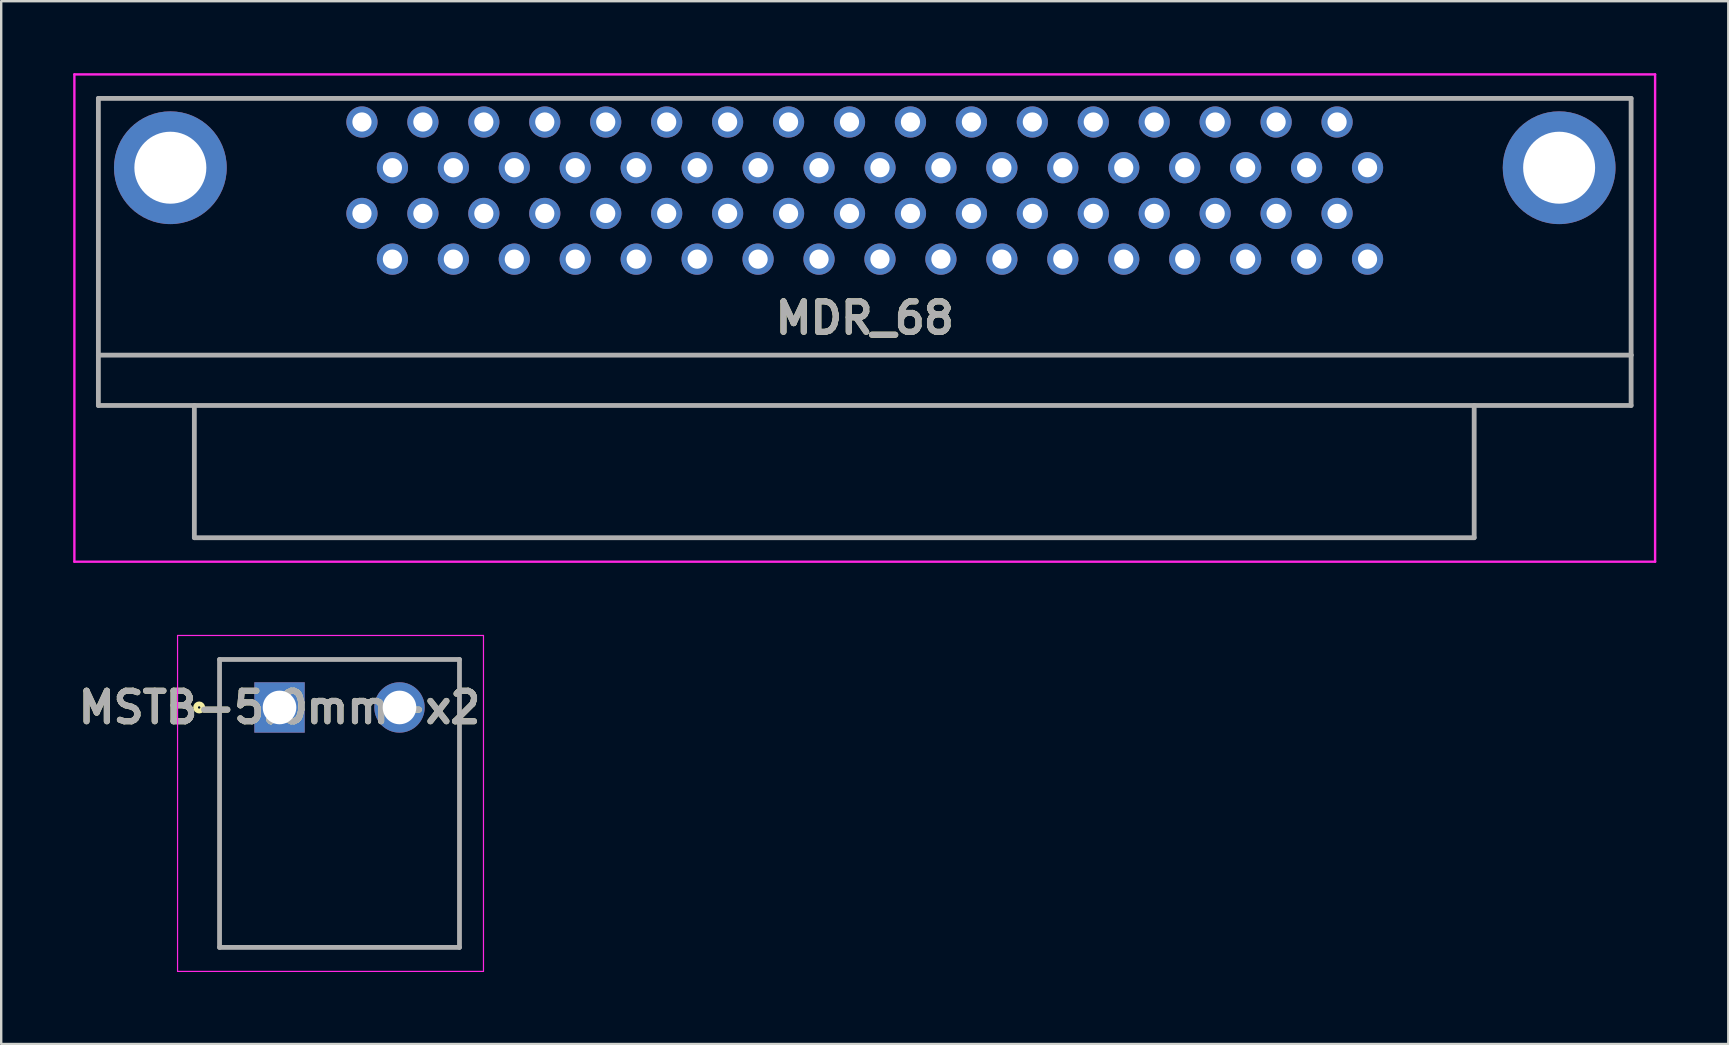
<source format=kicad_pcb>
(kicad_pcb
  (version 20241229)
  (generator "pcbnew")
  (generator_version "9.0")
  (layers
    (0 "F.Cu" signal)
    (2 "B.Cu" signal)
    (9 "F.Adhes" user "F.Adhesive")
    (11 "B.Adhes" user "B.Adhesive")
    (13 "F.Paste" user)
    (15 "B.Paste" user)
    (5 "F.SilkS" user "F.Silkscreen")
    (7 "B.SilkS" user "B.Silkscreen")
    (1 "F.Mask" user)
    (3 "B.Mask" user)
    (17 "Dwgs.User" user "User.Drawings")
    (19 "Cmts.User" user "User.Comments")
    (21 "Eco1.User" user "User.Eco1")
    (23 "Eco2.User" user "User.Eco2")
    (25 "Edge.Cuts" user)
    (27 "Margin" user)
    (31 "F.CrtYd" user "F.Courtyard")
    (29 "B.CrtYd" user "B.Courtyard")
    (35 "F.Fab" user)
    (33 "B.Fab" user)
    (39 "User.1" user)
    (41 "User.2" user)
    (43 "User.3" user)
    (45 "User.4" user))
  (footprint "MSTB-5.0mm-x2"
    (layer "F.Cu")
    (at 8.6 26.435)
    (property "Reference" "MSTB-5.0mm-x2" (at 0 0 0) (layer "F.SilkS") (effects (font (size 1.27 1.27) (thickness 0.254))))
    (attr through_hole)
    (fp_line (start -2.5 -2) (end 7.5 -2) (stroke (width 0.1) (type solid)) (layer "F.SilkS"))
    (fp_line (start -2.5 10) (end -2.5 -2) (stroke (width 0.1) (type solid)) (layer "F.SilkS"))
    (fp_line (start 7.5 -2) (end 7.5 10) (stroke (width 0.1) (type solid)) (layer "F.SilkS"))
    (fp_line (start 7.5 10) (end -2.5 10) (stroke (width 0.1) (type solid)) (layer "F.SilkS"))
    (fp_circle (center -3.35 0) (end -3.35 0.05) (stroke (width 0.2) (type solid)) (fill no) (layer "F.SilkS"))
    (fp_line (start -4.25 -3) (end 8.5 -3) (stroke (width 0.05) (type solid)) (layer "F.CrtYd"))
    (fp_line (start -4.25 11) (end -4.25 -3) (stroke (width 0.05) (type solid)) (layer "F.CrtYd"))
    (fp_line (start 8.5 -3) (end 8.5 11) (stroke (width 0.05) (type solid)) (layer "F.CrtYd"))
    (fp_line (start 8.5 11) (end -4.25 11) (stroke (width 0.05) (type solid)) (layer "F.CrtYd"))
    (fp_line (start -2.5 -2) (end 7.5 -2) (stroke (width 0.2) (type solid)) (layer "F.Fab"))
    (fp_line (start -2.5 10) (end -2.5 -2) (stroke (width 0.2) (type solid)) (layer "F.Fab"))
    (fp_line (start 7.5 -2) (end 7.5 10) (stroke (width 0.2) (type solid)) (layer "F.Fab"))
    (fp_line (start 7.5 10) (end -2.5 10) (stroke (width 0.2) (type solid)) (layer "F.Fab"))
    (fp_text user "${REFERENCE}" (at 0 0 0) (layer "F.Fab") (effects (font (size 1.27 1.27) (thickness 0.254))))
    (pad "1" thru_hole rect (at 0 0) (size 2.1 2.1) (drill 1.4) (layers "*.Cu" "*.Mask"))
    (pad "2" thru_hole circle (at 5 0) (size 2.1 2.1) (drill 1.4) (layers "*.Cu" "*.Mask")))
  (footprint "MDR_68"
    (layer "F.Cu")
    (at 53.945 12.75)
    (property "Reference" "MDR_68" (at -20.955 -2.545 0) (layer "F.SilkS") (effects (font (size 1.27 1.27) (thickness 0.254))))
    (attr through_hole)
    (fp_line (start -52.895 -11.7) (end -52.895 -1) (stroke (width 0.1) (type solid)) (layer "F.SilkS"))
    (fp_line (start -52.895 -1) (end 10.985 -1) (stroke (width 0.1) (type solid)) (layer "F.SilkS"))
    (fp_line (start 10.985 -11.7) (end -52.895 -11.7) (stroke (width 0.1) (type solid)) (layer "F.SilkS"))
    (fp_line (start 10.985 -1) (end 10.985 -11.7) (stroke (width 0.1) (type solid)) (layer "F.SilkS"))
    (fp_line (start -53.895 -12.7) (end -53.895 7.61) (stroke (width 0.1) (type solid)) (layer "F.CrtYd"))
    (fp_line (start -53.895 7.61) (end 11.985 7.61) (stroke (width 0.1) (type solid)) (layer "F.CrtYd"))
    (fp_line (start 11.985 -12.7) (end -53.895 -12.7) (stroke (width 0.1) (type solid)) (layer "F.CrtYd"))
    (fp_line (start 11.985 7.61) (end 11.985 -12.7) (stroke (width 0.1) (type solid)) (layer "F.CrtYd"))
    (fp_line (start -52.895 -11.7) (end -52.895 -1) (stroke (width 0.2) (type solid)) (layer "F.Fab"))
    (fp_line (start -52.895 -1) (end -52.895 1.1) (stroke (width 0.2) (type solid)) (layer "F.Fab"))
    (fp_line (start -52.895 -1) (end 10.985 -1) (stroke (width 0.2) (type solid)) (layer "F.Fab"))
    (fp_line (start -52.895 1.1) (end 10.985 1.1) (stroke (width 0.2) (type solid)) (layer "F.Fab"))
    (fp_line (start -48.895 1.1) (end -48.895 6.61) (stroke (width 0.2) (type solid)) (layer "F.Fab"))
    (fp_line (start -48.895 6.61) (end 4.445 6.61) (stroke (width 0.2) (type solid)) (layer "F.Fab"))
    (fp_line (start 4.445 6.61) (end 4.445 1.1) (stroke (width 0.2) (type solid)) (layer "F.Fab"))
    (fp_line (start 10.985 -11.7) (end -52.895 -11.7) (stroke (width 0.2) (type solid)) (layer "F.Fab"))
    (fp_line (start 10.985 -1) (end 10.985 -11.7) (stroke (width 0.2) (type solid)) (layer "F.Fab"))
    (fp_line (start 10.985 1.1) (end 10.985 -1) (stroke (width 0.2) (type solid)) (layer "F.Fab"))
    (fp_text user "${REFERENCE}" (at -20.955 -2.545 0) (layer "F.Fab") (effects (font (size 1.27 1.27) (thickness 0.254))))
    (pad "1" thru_hole circle (at 0 -8.81) (size 1.3 1.3) (drill 0.8) (layers "*.Cu" "*.Mask"))
    (pad "2" thru_hole circle (at -1.27 -10.715) (size 1.3 1.3) (drill 0.8) (layers "*.Cu" "*.Mask"))
    (pad "3" thru_hole circle (at -2.54 -8.81) (size 1.3 1.3) (drill 0.8) (layers "*.Cu" "*.Mask"))
    (pad "4" thru_hole circle (at -3.81 -10.715) (size 1.3 1.3) (drill 0.8) (layers "*.Cu" "*.Mask"))
    (pad "5" thru_hole circle (at -5.08 -8.81) (size 1.3 1.3) (drill 0.8) (layers "*.Cu" "*.Mask"))
    (pad "6" thru_hole circle (at -6.35 -10.715) (size 1.3 1.3) (drill 0.8) (layers "*.Cu" "*.Mask"))
    (pad "7" thru_hole circle (at -7.62 -8.81) (size 1.3 1.3) (drill 0.8) (layers "*.Cu" "*.Mask"))
    (pad "8" thru_hole circle (at -8.89 -10.715) (size 1.3 1.3) (drill 0.8) (layers "*.Cu" "*.Mask"))
    (pad "9" thru_hole circle (at -10.16 -8.81) (size 1.3 1.3) (drill 0.8) (layers "*.Cu" "*.Mask"))
    (pad "10" thru_hole circle (at -11.43 -10.715) (size 1.3 1.3) (drill 0.8) (layers "*.Cu" "*.Mask"))
    (pad "11" thru_hole circle (at -12.7 -8.81) (size 1.3 1.3) (drill 0.8) (layers "*.Cu" "*.Mask"))
    (pad "12" thru_hole circle (at -13.97 -10.715) (size 1.3 1.3) (drill 0.8) (layers "*.Cu" "*.Mask"))
    (pad "13" thru_hole circle (at -15.24 -8.81) (size 1.3 1.3) (drill 0.8) (layers "*.Cu" "*.Mask"))
    (pad "14" thru_hole circle (at -16.51 -10.715) (size 1.3 1.3) (drill 0.8) (layers "*.Cu" "*.Mask"))
    (pad "15" thru_hole circle (at -17.78 -8.81) (size 1.3 1.3) (drill 0.8) (layers "*.Cu" "*.Mask"))
    (pad "16" thru_hole circle (at -19.05 -10.715) (size 1.3 1.3) (drill 0.8) (layers "*.Cu" "*.Mask"))
    (pad "17" thru_hole circle (at -20.32 -8.81) (size 1.3 1.3) (drill 0.8) (layers "*.Cu" "*.Mask"))
    (pad "18" thru_hole circle (at -21.59 -10.715) (size 1.3 1.3) (drill 0.8) (layers "*.Cu" "*.Mask"))
    (pad "19" thru_hole circle (at -22.86 -8.81) (size 1.3 1.3) (drill 0.8) (layers "*.Cu" "*.Mask"))
    (pad "20" thru_hole circle (at -24.13 -10.715) (size 1.3 1.3) (drill 0.8) (layers "*.Cu" "*.Mask"))
    (pad "21" thru_hole circle (at -25.4 -8.81) (size 1.3 1.3) (drill 0.8) (layers "*.Cu" "*.Mask"))
    (pad "22" thru_hole circle (at -26.67 -10.715) (size 1.3 1.3) (drill 0.8) (layers "*.Cu" "*.Mask"))
    (pad "23" thru_hole circle (at -27.94 -8.81) (size 1.3 1.3) (drill 0.8) (layers "*.Cu" "*.Mask"))
    (pad "24" thru_hole circle (at -29.21 -10.715) (size 1.3 1.3) (drill 0.8) (layers "*.Cu" "*.Mask"))
    (pad "25" thru_hole circle (at -30.48 -8.81) (size 1.3 1.3) (drill 0.8) (layers "*.Cu" "*.Mask"))
    (pad "26" thru_hole circle (at -31.75 -10.715) (size 1.3 1.3) (drill 0.8) (layers "*.Cu" "*.Mask"))
    (pad "27" thru_hole circle (at -33.02 -8.81) (size 1.3 1.3) (drill 0.8) (layers "*.Cu" "*.Mask"))
    (pad "28" thru_hole circle (at -34.29 -10.715) (size 1.3 1.3) (drill 0.8) (layers "*.Cu" "*.Mask"))
    (pad "29" thru_hole circle (at -35.56 -8.81) (size 1.3 1.3) (drill 0.8) (layers "*.Cu" "*.Mask"))
    (pad "30" thru_hole circle (at -36.83 -10.715) (size 1.3 1.3) (drill 0.8) (layers "*.Cu" "*.Mask"))
    (pad "31" thru_hole circle (at -38.1 -8.81) (size 1.3 1.3) (drill 0.8) (layers "*.Cu" "*.Mask"))
    (pad "32" thru_hole circle (at -39.37 -10.715) (size 1.3 1.3) (drill 0.8) (layers "*.Cu" "*.Mask"))
    (pad "33" thru_hole circle (at -40.64 -8.81) (size 1.3 1.3) (drill 0.8) (layers "*.Cu" "*.Mask"))
    (pad "34" thru_hole circle (at -41.91 -10.715) (size 1.3 1.3) (drill 0.8) (layers "*.Cu" "*.Mask"))
    (pad "35" thru_hole circle (at 0 -5) (size 1.3 1.3) (drill 0.8) (layers "*.Cu" "*.Mask"))
    (pad "36" thru_hole circle (at -1.27 -6.905) (size 1.3 1.3) (drill 0.8) (layers "*.Cu" "*.Mask"))
    (pad "37" thru_hole circle (at -2.54 -5) (size 1.3 1.3) (drill 0.8) (layers "*.Cu" "*.Mask"))
    (pad "38" thru_hole circle (at -3.81 -6.905) (size 1.3 1.3) (drill 0.8) (layers "*.Cu" "*.Mask"))
    (pad "39" thru_hole circle (at -5.08 -5) (size 1.3 1.3) (drill 0.8) (layers "*.Cu" "*.Mask"))
    (pad "40" thru_hole circle (at -6.35 -6.905) (size 1.3 1.3) (drill 0.8) (layers "*.Cu" "*.Mask"))
    (pad "41" thru_hole circle (at -7.62 -5) (size 1.3 1.3) (drill 0.8) (layers "*.Cu" "*.Mask"))
    (pad "42" thru_hole circle (at -8.89 -6.905) (size 1.3 1.3) (drill 0.8) (layers "*.Cu" "*.Mask"))
    (pad "43" thru_hole circle (at -10.16 -5) (size 1.3 1.3) (drill 0.8) (layers "*.Cu" "*.Mask"))
    (pad "44" thru_hole circle (at -11.43 -6.905) (size 1.3 1.3) (drill 0.8) (layers "*.Cu" "*.Mask"))
    (pad "45" thru_hole circle (at -12.7 -5) (size 1.3 1.3) (drill 0.8) (layers "*.Cu" "*.Mask"))
    (pad "46" thru_hole circle (at -13.97 -6.905) (size 1.3 1.3) (drill 0.8) (layers "*.Cu" "*.Mask"))
    (pad "47" thru_hole circle (at -15.24 -5) (size 1.3 1.3) (drill 0.8) (layers "*.Cu" "*.Mask"))
    (pad "48" thru_hole circle (at -16.51 -6.905) (size 1.3 1.3) (drill 0.8) (layers "*.Cu" "*.Mask"))
    (pad "49" thru_hole circle (at -17.78 -5) (size 1.3 1.3) (drill 0.8) (layers "*.Cu" "*.Mask"))
    (pad "50" thru_hole circle (at -19.05 -6.905) (size 1.3 1.3) (drill 0.8) (layers "*.Cu" "*.Mask"))
    (pad "51" thru_hole circle (at -20.32 -5) (size 1.3 1.3) (drill 0.8) (layers "*.Cu" "*.Mask"))
    (pad "52" thru_hole circle (at -21.59 -6.905) (size 1.3 1.3) (drill 0.8) (layers "*.Cu" "*.Mask"))
    (pad "53" thru_hole circle (at -22.86 -5) (size 1.3 1.3) (drill 0.8) (layers "*.Cu" "*.Mask"))
    (pad "54" thru_hole circle (at -24.13 -6.905) (size 1.3 1.3) (drill 0.8) (layers "*.Cu" "*.Mask"))
    (pad "55" thru_hole circle (at -25.4 -5) (size 1.3 1.3) (drill 0.8) (layers "*.Cu" "*.Mask"))
    (pad "56" thru_hole circle (at -26.67 -6.905) (size 1.3 1.3) (drill 0.8) (layers "*.Cu" "*.Mask"))
    (pad "57" thru_hole circle (at -27.94 -5) (size 1.3 1.3) (drill 0.8) (layers "*.Cu" "*.Mask"))
    (pad "58" thru_hole circle (at -29.21 -6.905) (size 1.3 1.3) (drill 0.8) (layers "*.Cu" "*.Mask"))
    (pad "59" thru_hole circle (at -30.48 -5) (size 1.3 1.3) (drill 0.8) (layers "*.Cu" "*.Mask"))
    (pad "60" thru_hole circle (at -31.75 -6.905) (size 1.3 1.3) (drill 0.8) (layers "*.Cu" "*.Mask"))
    (pad "61" thru_hole circle (at -33.02 -5) (size 1.3 1.3) (drill 0.8) (layers "*.Cu" "*.Mask"))
    (pad "62" thru_hole circle (at -34.29 -6.905) (size 1.3 1.3) (drill 0.8) (layers "*.Cu" "*.Mask"))
    (pad "63" thru_hole circle (at -35.56 -5) (size 1.3 1.3) (drill 0.8) (layers "*.Cu" "*.Mask"))
    (pad "64" thru_hole circle (at -36.83 -6.905) (size 1.3 1.3) (drill 0.8) (layers "*.Cu" "*.Mask"))
    (pad "65" thru_hole circle (at -38.1 -5) (size 1.3 1.3) (drill 0.8) (layers "*.Cu" "*.Mask"))
    (pad "66" thru_hole circle (at -39.37 -6.905) (size 1.3 1.3) (drill 0.8) (layers "*.Cu" "*.Mask"))
    (pad "67" thru_hole circle (at -40.64 -5) (size 1.3 1.3) (drill 0.8) (layers "*.Cu" "*.Mask"))
    (pad "68" thru_hole circle (at -41.91 -6.905) (size 1.3 1.3) (drill 0.8) (layers "*.Cu" "*.Mask"))
    (pad "MH1" thru_hole circle (at -49.895 -8.81) (size 4.7 4.7) (drill 3) (layers "*.Cu" "*.Mask"))
    (pad "MH2" thru_hole circle (at 7.985 -8.81) (size 4.7 4.7) (drill 3) (layers "*.Cu" "*.Mask")))
  (gr_rect
    (start -3 -3)
    (end 68.98 40.46)
    (stroke (width 0.1) (type default))
    (fill no)
    (layer "Edge.Cuts")))
</source>
